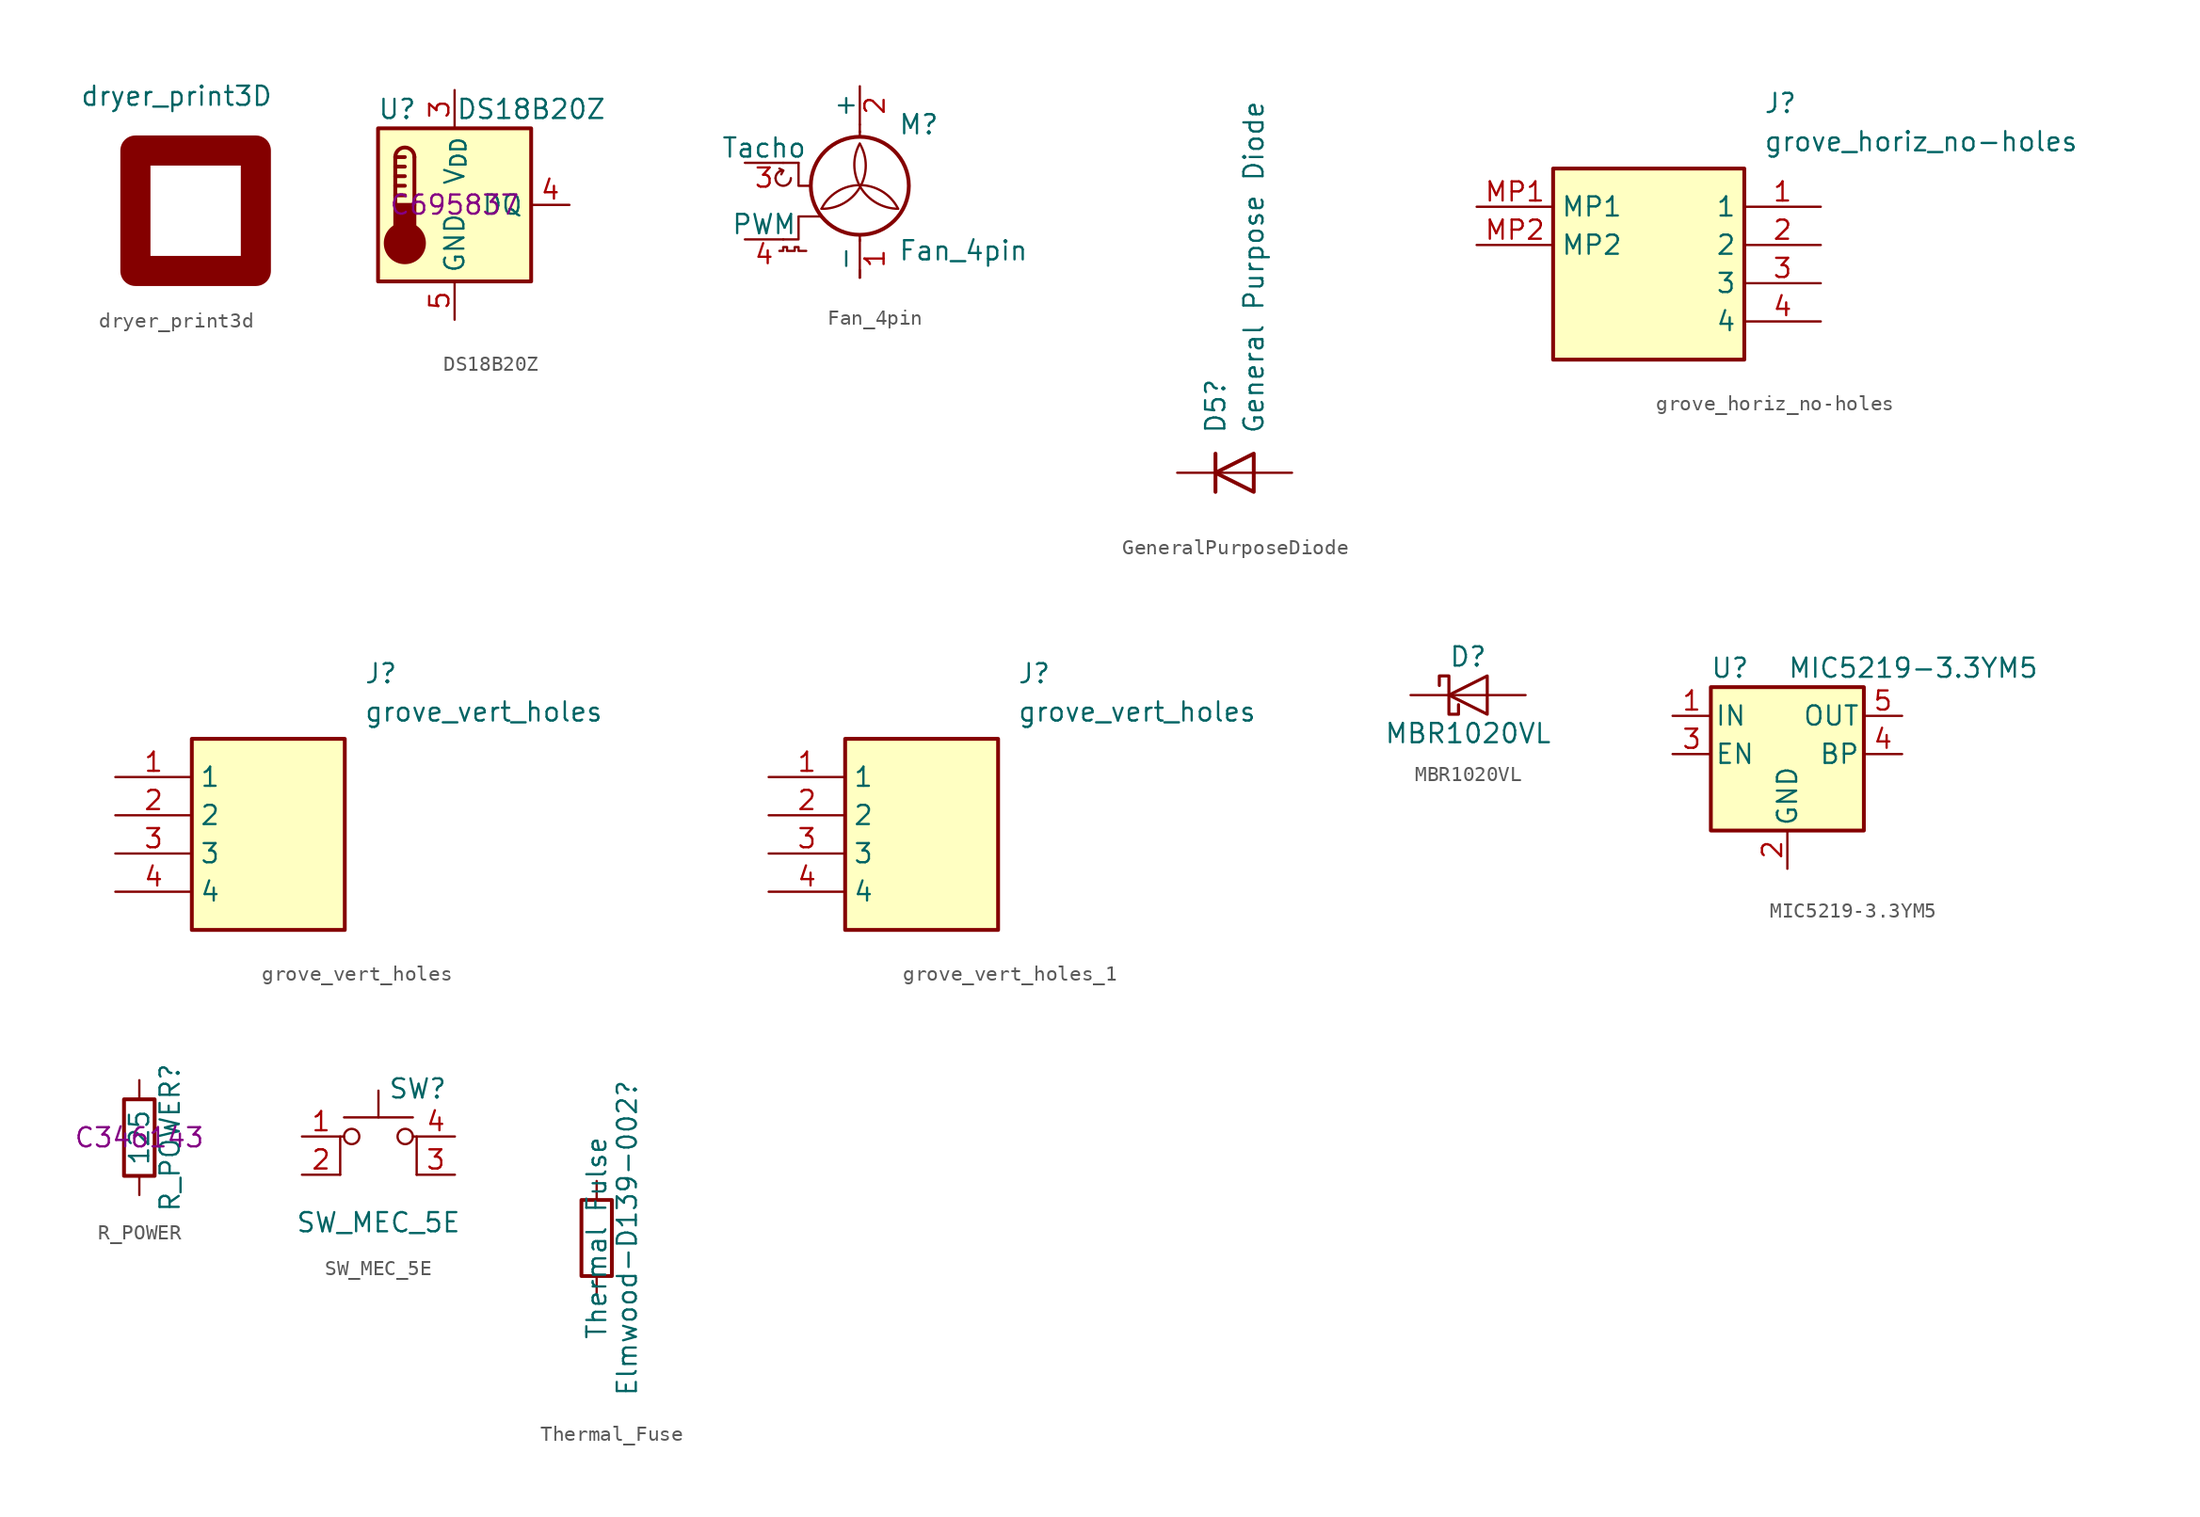
<source format=kicad_sym>
(kicad_symbol_lib
  (version 20220914)
  (generator kicad_symbol_editor)
  (symbol "dryer_print3d"
    (property "Reference" "dryer_print3D"
      (at 0 -6.35 0)
      (effects (font (size 1.27 1.27)) hide))
    (property "Value" "dryer_print3D"
      (at -1.27 7.62 0)
      (effects (font (size 1.27 1.27))))
    (symbol "dryer_print3d_1_1"
      (rectangle (start -4 4) (end 4 -4) (stroke (width 2) (type default)) (fill (type none)))))
  (symbol "DS18B20Z"
    (property "Reference" "U"
      (at -3.81 6.35 0)
      (effects (font (size 1.27 1.27))))
    (property "Value" "DS18B20Z"
      (at 5.08 6.35 0)
      (effects (font (size 1.27 1.27))))
    (property "JLC Part" "C695837"
      (at 0 0 0)
      (effects (font (size 1.27 1.27))))
    (symbol "DS18B20Z_0_1"
      (rectangle (start -5.08 5.08) (end 5.08 -5.08) (stroke (width 0.254) (type default)) (fill (type background)))
      (circle (center -3.302 -2.54) (radius 1.27) (stroke (width 0.254) (type default)) (fill (type outline)))
      (rectangle (start -2.667 -1.905) (end -3.937 0) (stroke (width 0.254) (type default)) (fill (type outline)))
      (arc (start -2.667 3.175) (mid -3.302 3.8073) (end -3.937 3.175) (stroke (width 0.254) (type default)) (fill (type none)))
      (polyline (pts (xy -3.937 0.635) (xy -3.302 0.635)) (stroke (width 0.254) (type default)) (fill (type none)))
      (polyline (pts (xy -3.937 1.27) (xy -3.302 1.27)) (stroke (width 0.254) (type default)) (fill (type none)))
      (polyline (pts (xy -3.937 1.905) (xy -3.302 1.905)) (stroke (width 0.254) (type default)) (fill (type none)))
      (polyline (pts (xy -3.937 2.54) (xy -3.302 2.54)) (stroke (width 0.254) (type default)) (fill (type none)))
      (polyline (pts (xy -3.937 3.175) (xy -3.937 0)) (stroke (width 0.254) (type default)) (fill (type none)))
      (polyline (pts (xy -3.937 3.175) (xy -3.302 3.175)) (stroke (width 0.254) (type default)) (fill (type none)))
      (polyline (pts (xy -2.667 3.175) (xy -2.667 0)) (stroke (width 0.254) (type default)) (fill (type none))))
    (symbol "DS18B20Z_1_1"
      (pin no_connect line (at -5.08 2.54 0) (length 2.54) hide (name "NC" (effects (font (size 1.27 1.27)))) (number "1" (effects (font (size 1.27 1.27)))))
      (pin no_connect line (at -5.08 0 0) (length 2.54) hide (name "NC" (effects (font (size 1.27 1.27)))) (number "2" (effects (font (size 1.27 1.27)))))
      (pin power_in line (at 0 7.62 270) (length 2.54) (name "V_{DD}" (effects (font (size 1.27 1.27)))) (number "3" (effects (font (size 1.27 1.27)))))
      (pin bidirectional line (at 7.62 0 180) (length 2.54) (name "DQ" (effects (font (size 1.27 1.27)))) (number "4" (effects (font (size 1.27 1.27)))))
      (pin power_in line (at 0 -7.62 90) (length 2.54) (name "GND" (effects (font (size 1.27 1.27)))) (number "5" (effects (font (size 1.27 1.27)))))
      (pin no_connect line (at -5.08 -2.54 0) (length 2.54) hide (name "NC" (effects (font (size 1.27 1.27)))) (number "6" (effects (font (size 1.27 1.27)))))
      (pin no_connect line (at 5.08 2.54 180) (length 2.54) hide (name "NC" (effects (font (size 1.27 1.27)))) (number "7" (effects (font (size 1.27 1.27)))))
      (pin no_connect line (at 5.08 -2.54 180) (length 2.54) hide (name "NC" (effects (font (size 1.27 1.27)))) (number "8" (effects (font (size 1.27 1.27)))))))
  (symbol "Fan_4pin"
    (pin_names
      (offset 0))
    (property "Reference" "M"
      (at 2.54 5.08 0)
      (effects (font (size 1.27 1.27)) (justify left)))
    (property "Value" "Fan_4pin"
      (at 2.54 -2.54 0)
      (effects (font (size 1.27 1.27)) (justify left top)))
    (symbol "Fan_4pin_0_0"
      (arc (start -5.588 1.524) (mid -5.08 1.0182) (end -4.572 1.524) (stroke (width 0) (type default)) (fill (type none)))
      (arc (start -5.08 2.032) (mid -5.4392 1.8832) (end -5.588 1.524) (stroke (width 0) (type default)) (fill (type none)))
      (polyline (pts (xy -5.08 2.032) (xy -5.334 2.159)) (stroke (width 0) (type default)) (fill (type none)))
      (polyline (pts (xy -5.08 2.032) (xy -5.207 1.778)) (stroke (width 0) (type default)) (fill (type none)))
      (polyline (pts (xy -4.064 2.54) (xy -4.064 1.016) (xy -3.302 1.016)) (stroke (width 0) (type default)) (fill (type none))))
    (symbol "Fan_4pin_0_1"
      (arc (start -2.54 -0.508) (mid 0.0028 0.9121) (end 0 3.81) (stroke (width 0) (type default)) (fill (type none)))
      (polyline (pts (xy -4.064 2.54) (xy -5.08 2.54)) (stroke (width 0) (type default)) (fill (type none)))
      (polyline (pts (xy 0 -5.08) (xy 0 -4.572)) (stroke (width 0) (type default)) (fill (type none)))
      (polyline (pts (xy 0 -2.235) (xy 0 -2.642)) (stroke (width 0) (type default)) (fill (type none)))
      (polyline (pts (xy 0 4.267) (xy 0 4.623)) (stroke (width 0) (type default)) (fill (type none)))
      (polyline (pts (xy 0 4.572) (xy 0 5.08)) (stroke (width 0) (type default)) (fill (type none)))
      (polyline (pts (xy -2.54 -1.016) (xy -4.064 -1.016) (xy -4.064 -2.54) (xy -5.08 -2.54)) (stroke (width 0) (type default)) (fill (type none)))
      (polyline (pts (xy -5.334 -3.302) (xy -5.08 -3.302) (xy -5.08 -3.048) (xy -4.826 -3.048) (xy -4.826 -3.302) (xy -4.318 -3.302) (xy -4.318 -3.048) (xy -4.064 -3.048) (xy -4.064 -3.302) (xy -3.556 -3.302)) (stroke (width 0) (type default)) (fill (type none)))
      (circle (center 0 1.016) (radius 3.251) (stroke (width 0.254) (type default)) (fill (type none)))
      (arc (start 0 3.81) (mid 0.053 0.921) (end 2.54 -0.508) (stroke (width 0) (type default)) (fill (type none)))
      (arc (start 2.54 -0.508) (mid 0 1.0618) (end -2.54 -0.508) (stroke (width 0) (type default)) (fill (type none))))
    (symbol "Fan_4pin_1_1"
      (pin passive line (at 0 -5.08 90) (length 2.54) (name "-" (effects (font (size 1.27 1.27)))) (number "1" (effects (font (size 1.27 1.27)))))
      (pin passive line (at 0 7.62 270) (length 2.54) (name "+" (effects (font (size 1.27 1.27)))) (number "2" (effects (font (size 1.27 1.27)))))
      (pin passive line (at -7.62 2.54 0) (length 2.54) (name "Tacho" (effects (font (size 1.27 1.27)))) (number "3" (effects (font (size 1.27 1.27)))))
      (pin input line (at -7.62 -2.54 0) (length 2.54) (name "PWM" (effects (font (size 1.27 1.27)))) (number "4" (effects (font (size 1.27 1.27)))))))
  (symbol "GeneralPurposeDiode"
    (pin_numbers hide)
    (pin_names hide)
    (property "Reference" "D5"
      (at -1.27 2.54 90)
      (effects (font (size 1.27 1.27)) (justify left)))
    (property "Value" "General Purpose Diode"
      (at 1.27 2.54 90)
      (effects (font (size 1.27 1.27)) (justify left)))
    (symbol "GeneralPurposeDiode_0_1"
      (polyline (pts (xy -1.27 1.27) (xy -1.27 -1.27)) (stroke (width 0.254) (type default)) (fill (type none)))
      (polyline (pts (xy 1.27 0) (xy -1.27 0)) (stroke (width 0) (type default)) (fill (type none)))
      (polyline (pts (xy 1.27 1.27) (xy 1.27 -1.27) (xy -1.27 0) (xy 1.27 1.27)) (stroke (width 0.254) (type default)) (fill (type none))))
    (symbol "GeneralPurposeDiode_1_1"
      (pin passive line (at -3.81 0 0) (length 2.54) (name "K" (effects (font (size 1.27 1.27)))) (number "1" (effects (font (size 1.27 1.27)))))
      (pin passive line (at 3.81 0 180) (length 2.54) (name "A" (effects (font (size 1.27 1.27)))) (number "2" (effects (font (size 1.27 1.27)))))))
  (symbol "grove_horiz_no-holes"
    (property "Reference" "J"
      (at 19.05 7.62 0)
      (effects (font (size 1.27 1.27)) (justify left top)))
    (property "Value" "grove_horiz_no-holes"
      (at 19.05 5.08 0)
      (effects (font (size 1.27 1.27)) (justify left top)))
    (symbol "grove_horiz_no-holes_1_1"
      (rectangle (start 5.08 2.54) (end 17.78 -10.16) (stroke (width 0.254) (type default)) (fill (type background)))
      (pin passive line (at 22.86 0 180) (length 5.08) (name "1" (effects (font (size 1.27 1.27)))) (number "1" (effects (font (size 1.27 1.27)))))
      (pin passive line (at 22.86 -2.54 180) (length 5.08) (name "2" (effects (font (size 1.27 1.27)))) (number "2" (effects (font (size 1.27 1.27)))))
      (pin passive line (at 22.86 -5.08 180) (length 5.08) (name "3" (effects (font (size 1.27 1.27)))) (number "3" (effects (font (size 1.27 1.27)))))
      (pin passive line (at 22.86 -7.62 180) (length 5.08) (name "4" (effects (font (size 1.27 1.27)))) (number "4" (effects (font (size 1.27 1.27)))))
      (pin passive line (at 0 0 0) (length 5.08) (name "MP1" (effects (font (size 1.27 1.27)))) (number "MP1" (effects (font (size 1.27 1.27)))))
      (pin passive line (at 0 -2.54 0) (length 5.08) (name "MP2" (effects (font (size 1.27 1.27)))) (number "MP2" (effects (font (size 1.27 1.27)))))))
  (symbol "grove_vert_holes"
    (property "Reference" "J"
      (at 16.51 7.62 0)
      (effects (font (size 1.27 1.27)) (justify left top)))
    (property "Value" "grove_vert_holes"
      (at 16.51 5.08 0)
      (effects (font (size 1.27 1.27)) (justify left top)))
    (symbol "grove_vert_holes_1_1"
      (rectangle (start 5.08 2.54) (end 15.24 -10.16) (stroke (width 0.254) (type default)) (fill (type background)))
      (pin passive line (at 0 0 0) (length 5.08) (name "1" (effects (font (size 1.27 1.27)))) (number "1" (effects (font (size 1.27 1.27)))))
      (pin passive line (at 0 -2.54 0) (length 5.08) (name "2" (effects (font (size 1.27 1.27)))) (number "2" (effects (font (size 1.27 1.27)))))
      (pin passive line (at 0 -5.08 0) (length 5.08) (name "3" (effects (font (size 1.27 1.27)))) (number "3" (effects (font (size 1.27 1.27)))))
      (pin passive line (at 0 -7.62 0) (length 5.08) (name "4" (effects (font (size 1.27 1.27)))) (number "4" (effects (font (size 1.27 1.27)))))))
  (symbol "grove_vert_holes_1"
    (property "Reference" "J"
      (at 16.51 7.62 0)
      (effects (font (size 1.27 1.27)) (justify left top)))
    (property "Value" "grove_vert_holes"
      (at 16.51 5.08 0)
      (effects (font (size 1.27 1.27)) (justify left top)))
    (symbol "grove_vert_holes_1_1_1"
      (rectangle (start 5.08 2.54) (end 15.24 -10.16) (stroke (width 0.254) (type default)) (fill (type background)))
      (pin passive line (at 0 0 0) (length 5.08) (name "1" (effects (font (size 1.27 1.27)))) (number "1" (effects (font (size 1.27 1.27)))))
      (pin passive line (at 0 -2.54 0) (length 5.08) (name "2" (effects (font (size 1.27 1.27)))) (number "2" (effects (font (size 1.27 1.27)))))
      (pin passive line (at 0 -5.08 0) (length 5.08) (name "3" (effects (font (size 1.27 1.27)))) (number "3" (effects (font (size 1.27 1.27)))))
      (pin passive line (at 0 -7.62 0) (length 5.08) (name "4" (effects (font (size 1.27 1.27)))) (number "4" (effects (font (size 1.27 1.27)))))))
  (symbol "MBR1020VL"
    (pin_numbers hide)
    (pin_names hide)
    (property "Reference" "D"
      (at 0 2.54 0)
      (effects (font (size 1.27 1.27))))
    (property "Value" "MBR1020VL"
      (at 0 -2.54 0)
      (effects (font (size 1.27 1.27))))
    (symbol "MBR1020VL_0_1"
      (polyline (pts (xy 1.27 0) (xy -1.27 0)) (stroke (width 0) (type default)) (fill (type none)))
      (polyline (pts (xy 1.27 1.27) (xy 1.27 -1.27) (xy -1.27 0) (xy 1.27 1.27)) (stroke (width 0.203) (type default)) (fill (type none)))
      (polyline (pts (xy -1.905 0.635) (xy -1.905 1.27) (xy -1.27 1.27) (xy -1.27 -1.27) (xy -0.635 -1.27) (xy -0.635 -0.635)) (stroke (width 0.203) (type default)) (fill (type none))))
    (symbol "MBR1020VL_1_1"
      (pin passive line (at -3.81 0 0) (length 2.54) (name "K" (effects (font (size 1.27 1.27)))) (number "1" (effects (font (size 1.27 1.27)))))
      (pin passive line (at 3.81 0 180) (length 2.54) (name "A" (effects (font (size 1.27 1.27)))) (number "2" (effects (font (size 1.27 1.27)))))))
  (symbol "MIC5219-3.3YM5"
    (pin_names
      (offset 0.254))
    (property "Reference" "U"
      (at -3.81 5.715 0)
      (effects (font (size 1.27 1.27))))
    (property "Value" "MIC5219-3.3YM5"
      (at 0 5.715 0)
      (effects (font (size 1.27 1.27)) (justify left)))
    (symbol "MIC5219-3.3YM5_0_1"
      (rectangle (start -5.08 4.445) (end 5.08 -5.08) (stroke (width 0.254) (type default)) (fill (type background))))
    (symbol "MIC5219-3.3YM5_1_1"
      (pin power_in line (at -7.62 2.54 0) (length 2.54) (name "IN" (effects (font (size 1.27 1.27)))) (number "1" (effects (font (size 1.27 1.27)))))
      (pin power_in line (at 0 -7.62 90) (length 2.54) (name "GND" (effects (font (size 1.27 1.27)))) (number "2" (effects (font (size 1.27 1.27)))))
      (pin input line (at -7.62 0 0) (length 2.54) (name "EN" (effects (font (size 1.27 1.27)))) (number "3" (effects (font (size 1.27 1.27)))))
      (pin input line (at 7.62 0 180) (length 2.54) (name "BP" (effects (font (size 1.27 1.27)))) (number "4" (effects (font (size 1.27 1.27)))))
      (pin power_out line (at 7.62 2.54 180) (length 2.54) (name "OUT" (effects (font (size 1.27 1.27)))) (number "5" (effects (font (size 1.27 1.27)))))))
  (symbol "R_POWER"
    (pin_numbers hide)
    (pin_names
      (offset 0))
    (property "Reference" "R_POWER"
      (at 2.032 0 90)
      (effects (font (size 1.27 1.27))))
    (property "Value" "125"
      (at 0 0 90)
      (effects (font (size 1.27 1.27))))
    (property "JLC Part" "C346143"
      (at 0 0 0)
      (effects (font (size 1.27 1.27))))
    (symbol "R_POWER_0_1"
      (rectangle (start -1.016 -2.54) (end 1.016 2.54) (stroke (width 0.254) (type default)) (fill (type none))))
    (symbol "R_POWER_1_1"
      (pin passive line (at 0 3.81 270) (length 1.27) (name "~" (effects (font (size 1.27 1.27)))) (number "1" (effects (font (size 1.27 1.27)))))
      (pin passive line (at 0 -3.81 90) (length 1.27) (name "~" (effects (font (size 1.27 1.27)))) (number "2" (effects (font (size 1.27 1.27)))))))
  (symbol "SW_MEC_5E"
    (pin_names
      (offset 1.016) hide)
    (property "Reference" "SW"
      (at 0.635 5.715 0)
      (effects (font (size 1.27 1.27)) (justify left)))
    (property "Value" "SW_MEC_5E"
      (at 0 -3.175 0)
      (effects (font (size 1.27 1.27))))
    (symbol "SW_MEC_5E_0_1"
      (circle (center -1.778 2.54) (radius 0.508) (stroke (width 0) (type default)) (fill (type none)))
      (polyline (pts (xy -2.286 3.81) (xy 2.286 3.81)) (stroke (width 0) (type default)) (fill (type none)))
      (polyline (pts (xy 0 3.81) (xy 0 5.588)) (stroke (width 0) (type default)) (fill (type none)))
      (polyline (pts (xy -2.54 0) (xy -2.54 2.54) (xy -2.286 2.54)) (stroke (width 0) (type default)) (fill (type none)))
      (polyline (pts (xy 2.54 0) (xy 2.54 2.54) (xy 2.286 2.54)) (stroke (width 0) (type default)) (fill (type none)))
      (circle (center 1.778 2.54) (radius 0.508) (stroke (width 0) (type default)) (fill (type none)))
      (pin passive line (at -5.08 2.54 0) (length 2.54) (name "1" (effects (font (size 1.27 1.27)))) (number "1" (effects (font (size 1.27 1.27)))))
      (pin passive line (at -5.08 0 0) (length 2.54) (name "2" (effects (font (size 1.27 1.27)))) (number "2" (effects (font (size 1.27 1.27)))))
      (pin passive line (at 5.08 0 180) (length 2.54) (name "K" (effects (font (size 1.27 1.27)))) (number "3" (effects (font (size 1.27 1.27)))))
      (pin passive line (at 5.08 2.54 180) (length 2.54) (name "A" (effects (font (size 1.27 1.27)))) (number "4" (effects (font (size 1.27 1.27)))))))
  (symbol "Thermal_Fuse"
    (pin_numbers hide)
    (pin_names
      (offset 0))
    (property "Reference" "Elmwood-D139-002"
      (at 2.032 0 90)
      (effects (font (size 1.27 1.27))))
    (property "Value" "Thermal Fulse"
      (at 0 0 90)
      (effects (font (size 1.27 1.27))))
    (symbol "Thermal_Fuse_0_1"
      (rectangle (start -1.016 -2.54) (end 1.016 2.54) (stroke (width 0.254) (type default)) (fill (type none))))
    (symbol "Thermal_Fuse_1_1"
      (pin passive line (at 0 3.81 270) (length 1.27) (name "~" (effects (font (size 1.27 1.27)))) (number "1" (effects (font (size 1.27 1.27)))))
      (pin passive line (at 0 -3.81 90) (length 1.27) (name "~" (effects (font (size 1.27 1.27)))) (number "2" (effects (font (size 1.27 1.27))))))))
</source>
